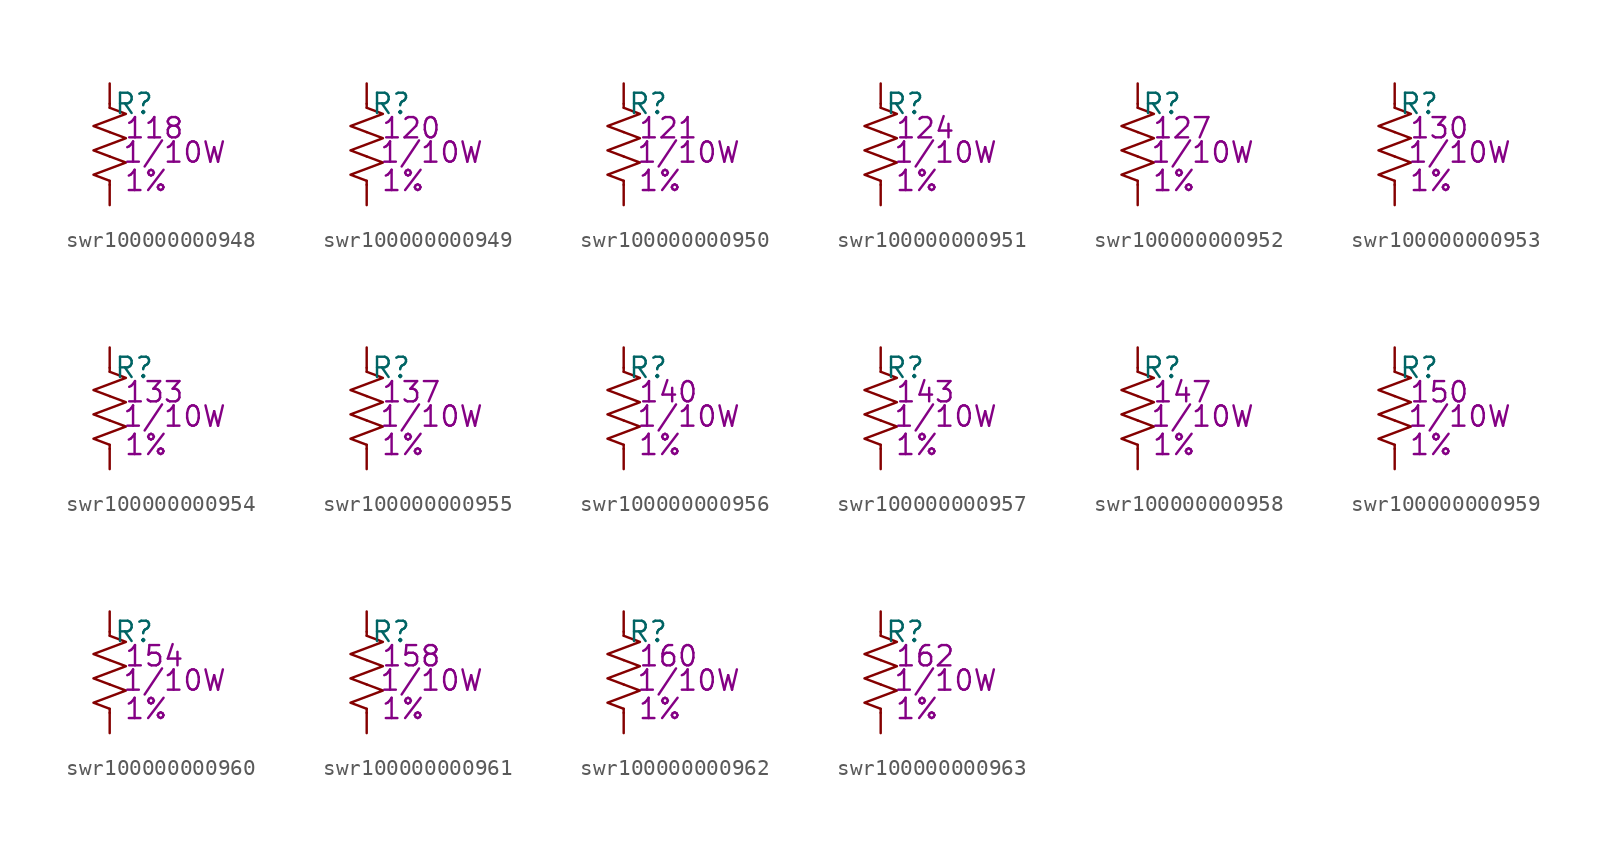
<source format=kicad_sym>
(kicad_symbol_lib
  (version 20211014)
  (generator kicad_symbol_editor)
  (symbol "swr100000000948"
    (pin_numbers hide)
    (pin_names
      (offset 1.016))
    (property "Reference" "R"
      (at 1.524 2.54 0)
      (effects (font (size 1.27 1.27))))
    (property "Tolerance" "1%"
      (at 2.286 -2.286 0)
      (effects (font (size 1.27 1.27))))
    (property "Wattage" "1/10W"
      (at 4.064 -0.508 0)
      (effects (font (size 1.27 1.27))))
    (property "PartValue" "118"
      (at 2.794 1.016 0)
      (effects (font (size 1.27 1.27))))
    (symbol "swr100000000948_1_1"
      (polyline (pts (xy 0 -2.286) (xy 0 -2.54)) (stroke (width 0) (type default) (color 0 0 0 0)) (fill (type none)))
      (polyline (pts (xy 0 2.286) (xy 0 2.54)) (stroke (width 0) (type default) (color 0 0 0 0)) (fill (type none)))
      (polyline (pts (xy 0 -0.762) (xy 1.016 -1.143) (xy 0 -1.524) (xy -1.016 -1.905) (xy 0 -2.286)) (stroke (width 0) (type default) (color 0 0 0 0)) (fill (type none)))
      (polyline (pts (xy 0 0.762) (xy 1.016 0.381) (xy 0 0) (xy -1.016 -0.381) (xy 0 -0.762)) (stroke (width 0) (type default) (color 0 0 0 0)) (fill (type none)))
      (polyline (pts (xy 0 2.286) (xy 1.016 1.905) (xy 0 1.524) (xy -1.016 1.143) (xy 0 0.762)) (stroke (width 0) (type default) (color 0 0 0 0)) (fill (type none)))
      (pin passive line (at 0 3.81 270) (length 1.27) (name "~" (effects (font (size 1.27 1.27)))) (number "1" (effects (font (size 1.27 1.27)))))
      (pin passive line (at 0 -3.81 90) (length 1.27) (name "~" (effects (font (size 1.27 1.27)))) (number "2" (effects (font (size 1.27 1.27)))))))
  (symbol "swr100000000949"
    (pin_numbers hide)
    (pin_names
      (offset 1.016))
    (property "Reference" "R"
      (at 1.524 2.54 0)
      (effects (font (size 1.27 1.27))))
    (property "Tolerance" "1%"
      (at 2.286 -2.286 0)
      (effects (font (size 1.27 1.27))))
    (property "Wattage" "1/10W"
      (at 4.064 -0.508 0)
      (effects (font (size 1.27 1.27))))
    (property "PartValue" "120"
      (at 2.794 1.016 0)
      (effects (font (size 1.27 1.27))))
    (symbol "swr100000000949_1_1"
      (polyline (pts (xy 0 -2.286) (xy 0 -2.54)) (stroke (width 0) (type default) (color 0 0 0 0)) (fill (type none)))
      (polyline (pts (xy 0 2.286) (xy 0 2.54)) (stroke (width 0) (type default) (color 0 0 0 0)) (fill (type none)))
      (polyline (pts (xy 0 -0.762) (xy 1.016 -1.143) (xy 0 -1.524) (xy -1.016 -1.905) (xy 0 -2.286)) (stroke (width 0) (type default) (color 0 0 0 0)) (fill (type none)))
      (polyline (pts (xy 0 0.762) (xy 1.016 0.381) (xy 0 0) (xy -1.016 -0.381) (xy 0 -0.762)) (stroke (width 0) (type default) (color 0 0 0 0)) (fill (type none)))
      (polyline (pts (xy 0 2.286) (xy 1.016 1.905) (xy 0 1.524) (xy -1.016 1.143) (xy 0 0.762)) (stroke (width 0) (type default) (color 0 0 0 0)) (fill (type none)))
      (pin passive line (at 0 3.81 270) (length 1.27) (name "~" (effects (font (size 1.27 1.27)))) (number "1" (effects (font (size 1.27 1.27)))))
      (pin passive line (at 0 -3.81 90) (length 1.27) (name "~" (effects (font (size 1.27 1.27)))) (number "2" (effects (font (size 1.27 1.27)))))))
  (symbol "swr100000000950"
    (pin_numbers hide)
    (pin_names
      (offset 1.016))
    (property "Reference" "R"
      (at 1.524 2.54 0)
      (effects (font (size 1.27 1.27))))
    (property "Tolerance" "1%"
      (at 2.286 -2.286 0)
      (effects (font (size 1.27 1.27))))
    (property "Wattage" "1/10W"
      (at 4.064 -0.508 0)
      (effects (font (size 1.27 1.27))))
    (property "PartValue" "121"
      (at 2.794 1.016 0)
      (effects (font (size 1.27 1.27))))
    (symbol "swr100000000950_1_1"
      (polyline (pts (xy 0 -2.286) (xy 0 -2.54)) (stroke (width 0) (type default) (color 0 0 0 0)) (fill (type none)))
      (polyline (pts (xy 0 2.286) (xy 0 2.54)) (stroke (width 0) (type default) (color 0 0 0 0)) (fill (type none)))
      (polyline (pts (xy 0 -0.762) (xy 1.016 -1.143) (xy 0 -1.524) (xy -1.016 -1.905) (xy 0 -2.286)) (stroke (width 0) (type default) (color 0 0 0 0)) (fill (type none)))
      (polyline (pts (xy 0 0.762) (xy 1.016 0.381) (xy 0 0) (xy -1.016 -0.381) (xy 0 -0.762)) (stroke (width 0) (type default) (color 0 0 0 0)) (fill (type none)))
      (polyline (pts (xy 0 2.286) (xy 1.016 1.905) (xy 0 1.524) (xy -1.016 1.143) (xy 0 0.762)) (stroke (width 0) (type default) (color 0 0 0 0)) (fill (type none)))
      (pin passive line (at 0 3.81 270) (length 1.27) (name "~" (effects (font (size 1.27 1.27)))) (number "1" (effects (font (size 1.27 1.27)))))
      (pin passive line (at 0 -3.81 90) (length 1.27) (name "~" (effects (font (size 1.27 1.27)))) (number "2" (effects (font (size 1.27 1.27)))))))
  (symbol "swr100000000951"
    (pin_numbers hide)
    (pin_names
      (offset 1.016))
    (property "Reference" "R"
      (at 1.524 2.54 0)
      (effects (font (size 1.27 1.27))))
    (property "Tolerance" "1%"
      (at 2.286 -2.286 0)
      (effects (font (size 1.27 1.27))))
    (property "Wattage" "1/10W"
      (at 4.064 -0.508 0)
      (effects (font (size 1.27 1.27))))
    (property "PartValue" "124"
      (at 2.794 1.016 0)
      (effects (font (size 1.27 1.27))))
    (symbol "swr100000000951_1_1"
      (polyline (pts (xy 0 -2.286) (xy 0 -2.54)) (stroke (width 0) (type default) (color 0 0 0 0)) (fill (type none)))
      (polyline (pts (xy 0 2.286) (xy 0 2.54)) (stroke (width 0) (type default) (color 0 0 0 0)) (fill (type none)))
      (polyline (pts (xy 0 -0.762) (xy 1.016 -1.143) (xy 0 -1.524) (xy -1.016 -1.905) (xy 0 -2.286)) (stroke (width 0) (type default) (color 0 0 0 0)) (fill (type none)))
      (polyline (pts (xy 0 0.762) (xy 1.016 0.381) (xy 0 0) (xy -1.016 -0.381) (xy 0 -0.762)) (stroke (width 0) (type default) (color 0 0 0 0)) (fill (type none)))
      (polyline (pts (xy 0 2.286) (xy 1.016 1.905) (xy 0 1.524) (xy -1.016 1.143) (xy 0 0.762)) (stroke (width 0) (type default) (color 0 0 0 0)) (fill (type none)))
      (pin passive line (at 0 3.81 270) (length 1.27) (name "~" (effects (font (size 1.27 1.27)))) (number "1" (effects (font (size 1.27 1.27)))))
      (pin passive line (at 0 -3.81 90) (length 1.27) (name "~" (effects (font (size 1.27 1.27)))) (number "2" (effects (font (size 1.27 1.27)))))))
  (symbol "swr100000000952"
    (pin_numbers hide)
    (pin_names
      (offset 1.016))
    (property "Reference" "R"
      (at 1.524 2.54 0)
      (effects (font (size 1.27 1.27))))
    (property "Tolerance" "1%"
      (at 2.286 -2.286 0)
      (effects (font (size 1.27 1.27))))
    (property "Wattage" "1/10W"
      (at 4.064 -0.508 0)
      (effects (font (size 1.27 1.27))))
    (property "PartValue" "127"
      (at 2.794 1.016 0)
      (effects (font (size 1.27 1.27))))
    (symbol "swr100000000952_1_1"
      (polyline (pts (xy 0 -2.286) (xy 0 -2.54)) (stroke (width 0) (type default) (color 0 0 0 0)) (fill (type none)))
      (polyline (pts (xy 0 2.286) (xy 0 2.54)) (stroke (width 0) (type default) (color 0 0 0 0)) (fill (type none)))
      (polyline (pts (xy 0 -0.762) (xy 1.016 -1.143) (xy 0 -1.524) (xy -1.016 -1.905) (xy 0 -2.286)) (stroke (width 0) (type default) (color 0 0 0 0)) (fill (type none)))
      (polyline (pts (xy 0 0.762) (xy 1.016 0.381) (xy 0 0) (xy -1.016 -0.381) (xy 0 -0.762)) (stroke (width 0) (type default) (color 0 0 0 0)) (fill (type none)))
      (polyline (pts (xy 0 2.286) (xy 1.016 1.905) (xy 0 1.524) (xy -1.016 1.143) (xy 0 0.762)) (stroke (width 0) (type default) (color 0 0 0 0)) (fill (type none)))
      (pin passive line (at 0 3.81 270) (length 1.27) (name "~" (effects (font (size 1.27 1.27)))) (number "1" (effects (font (size 1.27 1.27)))))
      (pin passive line (at 0 -3.81 90) (length 1.27) (name "~" (effects (font (size 1.27 1.27)))) (number "2" (effects (font (size 1.27 1.27)))))))
  (symbol "swr100000000953"
    (pin_numbers hide)
    (pin_names
      (offset 1.016))
    (property "Reference" "R"
      (at 1.524 2.54 0)
      (effects (font (size 1.27 1.27))))
    (property "Tolerance" "1%"
      (at 2.286 -2.286 0)
      (effects (font (size 1.27 1.27))))
    (property "Wattage" "1/10W"
      (at 4.064 -0.508 0)
      (effects (font (size 1.27 1.27))))
    (property "PartValue" "130"
      (at 2.794 1.016 0)
      (effects (font (size 1.27 1.27))))
    (symbol "swr100000000953_1_1"
      (polyline (pts (xy 0 -2.286) (xy 0 -2.54)) (stroke (width 0) (type default) (color 0 0 0 0)) (fill (type none)))
      (polyline (pts (xy 0 2.286) (xy 0 2.54)) (stroke (width 0) (type default) (color 0 0 0 0)) (fill (type none)))
      (polyline (pts (xy 0 -0.762) (xy 1.016 -1.143) (xy 0 -1.524) (xy -1.016 -1.905) (xy 0 -2.286)) (stroke (width 0) (type default) (color 0 0 0 0)) (fill (type none)))
      (polyline (pts (xy 0 0.762) (xy 1.016 0.381) (xy 0 0) (xy -1.016 -0.381) (xy 0 -0.762)) (stroke (width 0) (type default) (color 0 0 0 0)) (fill (type none)))
      (polyline (pts (xy 0 2.286) (xy 1.016 1.905) (xy 0 1.524) (xy -1.016 1.143) (xy 0 0.762)) (stroke (width 0) (type default) (color 0 0 0 0)) (fill (type none)))
      (pin passive line (at 0 3.81 270) (length 1.27) (name "~" (effects (font (size 1.27 1.27)))) (number "1" (effects (font (size 1.27 1.27)))))
      (pin passive line (at 0 -3.81 90) (length 1.27) (name "~" (effects (font (size 1.27 1.27)))) (number "2" (effects (font (size 1.27 1.27)))))))
  (symbol "swr100000000954"
    (pin_numbers hide)
    (pin_names
      (offset 1.016))
    (property "Reference" "R"
      (at 1.524 2.54 0)
      (effects (font (size 1.27 1.27))))
    (property "Tolerance" "1%"
      (at 2.286 -2.286 0)
      (effects (font (size 1.27 1.27))))
    (property "Wattage" "1/10W"
      (at 4.064 -0.508 0)
      (effects (font (size 1.27 1.27))))
    (property "PartValue" "133"
      (at 2.794 1.016 0)
      (effects (font (size 1.27 1.27))))
    (symbol "swr100000000954_1_1"
      (polyline (pts (xy 0 -2.286) (xy 0 -2.54)) (stroke (width 0) (type default) (color 0 0 0 0)) (fill (type none)))
      (polyline (pts (xy 0 2.286) (xy 0 2.54)) (stroke (width 0) (type default) (color 0 0 0 0)) (fill (type none)))
      (polyline (pts (xy 0 -0.762) (xy 1.016 -1.143) (xy 0 -1.524) (xy -1.016 -1.905) (xy 0 -2.286)) (stroke (width 0) (type default) (color 0 0 0 0)) (fill (type none)))
      (polyline (pts (xy 0 0.762) (xy 1.016 0.381) (xy 0 0) (xy -1.016 -0.381) (xy 0 -0.762)) (stroke (width 0) (type default) (color 0 0 0 0)) (fill (type none)))
      (polyline (pts (xy 0 2.286) (xy 1.016 1.905) (xy 0 1.524) (xy -1.016 1.143) (xy 0 0.762)) (stroke (width 0) (type default) (color 0 0 0 0)) (fill (type none)))
      (pin passive line (at 0 3.81 270) (length 1.27) (name "~" (effects (font (size 1.27 1.27)))) (number "1" (effects (font (size 1.27 1.27)))))
      (pin passive line (at 0 -3.81 90) (length 1.27) (name "~" (effects (font (size 1.27 1.27)))) (number "2" (effects (font (size 1.27 1.27)))))))
  (symbol "swr100000000955"
    (pin_numbers hide)
    (pin_names
      (offset 1.016))
    (property "Reference" "R"
      (at 1.524 2.54 0)
      (effects (font (size 1.27 1.27))))
    (property "Tolerance" "1%"
      (at 2.286 -2.286 0)
      (effects (font (size 1.27 1.27))))
    (property "Wattage" "1/10W"
      (at 4.064 -0.508 0)
      (effects (font (size 1.27 1.27))))
    (property "PartValue" "137"
      (at 2.794 1.016 0)
      (effects (font (size 1.27 1.27))))
    (symbol "swr100000000955_1_1"
      (polyline (pts (xy 0 -2.286) (xy 0 -2.54)) (stroke (width 0) (type default) (color 0 0 0 0)) (fill (type none)))
      (polyline (pts (xy 0 2.286) (xy 0 2.54)) (stroke (width 0) (type default) (color 0 0 0 0)) (fill (type none)))
      (polyline (pts (xy 0 -0.762) (xy 1.016 -1.143) (xy 0 -1.524) (xy -1.016 -1.905) (xy 0 -2.286)) (stroke (width 0) (type default) (color 0 0 0 0)) (fill (type none)))
      (polyline (pts (xy 0 0.762) (xy 1.016 0.381) (xy 0 0) (xy -1.016 -0.381) (xy 0 -0.762)) (stroke (width 0) (type default) (color 0 0 0 0)) (fill (type none)))
      (polyline (pts (xy 0 2.286) (xy 1.016 1.905) (xy 0 1.524) (xy -1.016 1.143) (xy 0 0.762)) (stroke (width 0) (type default) (color 0 0 0 0)) (fill (type none)))
      (pin passive line (at 0 3.81 270) (length 1.27) (name "~" (effects (font (size 1.27 1.27)))) (number "1" (effects (font (size 1.27 1.27)))))
      (pin passive line (at 0 -3.81 90) (length 1.27) (name "~" (effects (font (size 1.27 1.27)))) (number "2" (effects (font (size 1.27 1.27)))))))
  (symbol "swr100000000956"
    (pin_numbers hide)
    (pin_names
      (offset 1.016))
    (property "Reference" "R"
      (at 1.524 2.54 0)
      (effects (font (size 1.27 1.27))))
    (property "Tolerance" "1%"
      (at 2.286 -2.286 0)
      (effects (font (size 1.27 1.27))))
    (property "Wattage" "1/10W"
      (at 4.064 -0.508 0)
      (effects (font (size 1.27 1.27))))
    (property "PartValue" "140"
      (at 2.794 1.016 0)
      (effects (font (size 1.27 1.27))))
    (symbol "swr100000000956_1_1"
      (polyline (pts (xy 0 -2.286) (xy 0 -2.54)) (stroke (width 0) (type default) (color 0 0 0 0)) (fill (type none)))
      (polyline (pts (xy 0 2.286) (xy 0 2.54)) (stroke (width 0) (type default) (color 0 0 0 0)) (fill (type none)))
      (polyline (pts (xy 0 -0.762) (xy 1.016 -1.143) (xy 0 -1.524) (xy -1.016 -1.905) (xy 0 -2.286)) (stroke (width 0) (type default) (color 0 0 0 0)) (fill (type none)))
      (polyline (pts (xy 0 0.762) (xy 1.016 0.381) (xy 0 0) (xy -1.016 -0.381) (xy 0 -0.762)) (stroke (width 0) (type default) (color 0 0 0 0)) (fill (type none)))
      (polyline (pts (xy 0 2.286) (xy 1.016 1.905) (xy 0 1.524) (xy -1.016 1.143) (xy 0 0.762)) (stroke (width 0) (type default) (color 0 0 0 0)) (fill (type none)))
      (pin passive line (at 0 3.81 270) (length 1.27) (name "~" (effects (font (size 1.27 1.27)))) (number "1" (effects (font (size 1.27 1.27)))))
      (pin passive line (at 0 -3.81 90) (length 1.27) (name "~" (effects (font (size 1.27 1.27)))) (number "2" (effects (font (size 1.27 1.27)))))))
  (symbol "swr100000000957"
    (pin_numbers hide)
    (pin_names
      (offset 1.016))
    (property "Reference" "R"
      (at 1.524 2.54 0)
      (effects (font (size 1.27 1.27))))
    (property "Tolerance" "1%"
      (at 2.286 -2.286 0)
      (effects (font (size 1.27 1.27))))
    (property "Wattage" "1/10W"
      (at 4.064 -0.508 0)
      (effects (font (size 1.27 1.27))))
    (property "PartValue" "143"
      (at 2.794 1.016 0)
      (effects (font (size 1.27 1.27))))
    (symbol "swr100000000957_1_1"
      (polyline (pts (xy 0 -2.286) (xy 0 -2.54)) (stroke (width 0) (type default) (color 0 0 0 0)) (fill (type none)))
      (polyline (pts (xy 0 2.286) (xy 0 2.54)) (stroke (width 0) (type default) (color 0 0 0 0)) (fill (type none)))
      (polyline (pts (xy 0 -0.762) (xy 1.016 -1.143) (xy 0 -1.524) (xy -1.016 -1.905) (xy 0 -2.286)) (stroke (width 0) (type default) (color 0 0 0 0)) (fill (type none)))
      (polyline (pts (xy 0 0.762) (xy 1.016 0.381) (xy 0 0) (xy -1.016 -0.381) (xy 0 -0.762)) (stroke (width 0) (type default) (color 0 0 0 0)) (fill (type none)))
      (polyline (pts (xy 0 2.286) (xy 1.016 1.905) (xy 0 1.524) (xy -1.016 1.143) (xy 0 0.762)) (stroke (width 0) (type default) (color 0 0 0 0)) (fill (type none)))
      (pin passive line (at 0 3.81 270) (length 1.27) (name "~" (effects (font (size 1.27 1.27)))) (number "1" (effects (font (size 1.27 1.27)))))
      (pin passive line (at 0 -3.81 90) (length 1.27) (name "~" (effects (font (size 1.27 1.27)))) (number "2" (effects (font (size 1.27 1.27)))))))
  (symbol "swr100000000958"
    (pin_numbers hide)
    (pin_names
      (offset 1.016))
    (property "Reference" "R"
      (at 1.524 2.54 0)
      (effects (font (size 1.27 1.27))))
    (property "Tolerance" "1%"
      (at 2.286 -2.286 0)
      (effects (font (size 1.27 1.27))))
    (property "Wattage" "1/10W"
      (at 4.064 -0.508 0)
      (effects (font (size 1.27 1.27))))
    (property "PartValue" "147"
      (at 2.794 1.016 0)
      (effects (font (size 1.27 1.27))))
    (symbol "swr100000000958_1_1"
      (polyline (pts (xy 0 -2.286) (xy 0 -2.54)) (stroke (width 0) (type default) (color 0 0 0 0)) (fill (type none)))
      (polyline (pts (xy 0 2.286) (xy 0 2.54)) (stroke (width 0) (type default) (color 0 0 0 0)) (fill (type none)))
      (polyline (pts (xy 0 -0.762) (xy 1.016 -1.143) (xy 0 -1.524) (xy -1.016 -1.905) (xy 0 -2.286)) (stroke (width 0) (type default) (color 0 0 0 0)) (fill (type none)))
      (polyline (pts (xy 0 0.762) (xy 1.016 0.381) (xy 0 0) (xy -1.016 -0.381) (xy 0 -0.762)) (stroke (width 0) (type default) (color 0 0 0 0)) (fill (type none)))
      (polyline (pts (xy 0 2.286) (xy 1.016 1.905) (xy 0 1.524) (xy -1.016 1.143) (xy 0 0.762)) (stroke (width 0) (type default) (color 0 0 0 0)) (fill (type none)))
      (pin passive line (at 0 3.81 270) (length 1.27) (name "~" (effects (font (size 1.27 1.27)))) (number "1" (effects (font (size 1.27 1.27)))))
      (pin passive line (at 0 -3.81 90) (length 1.27) (name "~" (effects (font (size 1.27 1.27)))) (number "2" (effects (font (size 1.27 1.27)))))))
  (symbol "swr100000000959"
    (pin_numbers hide)
    (pin_names
      (offset 1.016))
    (property "Reference" "R"
      (at 1.524 2.54 0)
      (effects (font (size 1.27 1.27))))
    (property "Tolerance" "1%"
      (at 2.286 -2.286 0)
      (effects (font (size 1.27 1.27))))
    (property "Wattage" "1/10W"
      (at 4.064 -0.508 0)
      (effects (font (size 1.27 1.27))))
    (property "PartValue" "150"
      (at 2.794 1.016 0)
      (effects (font (size 1.27 1.27))))
    (symbol "swr100000000959_1_1"
      (polyline (pts (xy 0 -2.286) (xy 0 -2.54)) (stroke (width 0) (type default) (color 0 0 0 0)) (fill (type none)))
      (polyline (pts (xy 0 2.286) (xy 0 2.54)) (stroke (width 0) (type default) (color 0 0 0 0)) (fill (type none)))
      (polyline (pts (xy 0 -0.762) (xy 1.016 -1.143) (xy 0 -1.524) (xy -1.016 -1.905) (xy 0 -2.286)) (stroke (width 0) (type default) (color 0 0 0 0)) (fill (type none)))
      (polyline (pts (xy 0 0.762) (xy 1.016 0.381) (xy 0 0) (xy -1.016 -0.381) (xy 0 -0.762)) (stroke (width 0) (type default) (color 0 0 0 0)) (fill (type none)))
      (polyline (pts (xy 0 2.286) (xy 1.016 1.905) (xy 0 1.524) (xy -1.016 1.143) (xy 0 0.762)) (stroke (width 0) (type default) (color 0 0 0 0)) (fill (type none)))
      (pin passive line (at 0 3.81 270) (length 1.27) (name "~" (effects (font (size 1.27 1.27)))) (number "1" (effects (font (size 1.27 1.27)))))
      (pin passive line (at 0 -3.81 90) (length 1.27) (name "~" (effects (font (size 1.27 1.27)))) (number "2" (effects (font (size 1.27 1.27)))))))
  (symbol "swr100000000960"
    (pin_numbers hide)
    (pin_names
      (offset 1.016))
    (property "Reference" "R"
      (at 1.524 2.54 0)
      (effects (font (size 1.27 1.27))))
    (property "Tolerance" "1%"
      (at 2.286 -2.286 0)
      (effects (font (size 1.27 1.27))))
    (property "Wattage" "1/10W"
      (at 4.064 -0.508 0)
      (effects (font (size 1.27 1.27))))
    (property "PartValue" "154"
      (at 2.794 1.016 0)
      (effects (font (size 1.27 1.27))))
    (symbol "swr100000000960_1_1"
      (polyline (pts (xy 0 -2.286) (xy 0 -2.54)) (stroke (width 0) (type default) (color 0 0 0 0)) (fill (type none)))
      (polyline (pts (xy 0 2.286) (xy 0 2.54)) (stroke (width 0) (type default) (color 0 0 0 0)) (fill (type none)))
      (polyline (pts (xy 0 -0.762) (xy 1.016 -1.143) (xy 0 -1.524) (xy -1.016 -1.905) (xy 0 -2.286)) (stroke (width 0) (type default) (color 0 0 0 0)) (fill (type none)))
      (polyline (pts (xy 0 0.762) (xy 1.016 0.381) (xy 0 0) (xy -1.016 -0.381) (xy 0 -0.762)) (stroke (width 0) (type default) (color 0 0 0 0)) (fill (type none)))
      (polyline (pts (xy 0 2.286) (xy 1.016 1.905) (xy 0 1.524) (xy -1.016 1.143) (xy 0 0.762)) (stroke (width 0) (type default) (color 0 0 0 0)) (fill (type none)))
      (pin passive line (at 0 3.81 270) (length 1.27) (name "~" (effects (font (size 1.27 1.27)))) (number "1" (effects (font (size 1.27 1.27)))))
      (pin passive line (at 0 -3.81 90) (length 1.27) (name "~" (effects (font (size 1.27 1.27)))) (number "2" (effects (font (size 1.27 1.27)))))))
  (symbol "swr100000000961"
    (pin_numbers hide)
    (pin_names
      (offset 1.016))
    (property "Reference" "R"
      (at 1.524 2.54 0)
      (effects (font (size 1.27 1.27))))
    (property "Tolerance" "1%"
      (at 2.286 -2.286 0)
      (effects (font (size 1.27 1.27))))
    (property "Wattage" "1/10W"
      (at 4.064 -0.508 0)
      (effects (font (size 1.27 1.27))))
    (property "PartValue" "158"
      (at 2.794 1.016 0)
      (effects (font (size 1.27 1.27))))
    (symbol "swr100000000961_1_1"
      (polyline (pts (xy 0 -2.286) (xy 0 -2.54)) (stroke (width 0) (type default) (color 0 0 0 0)) (fill (type none)))
      (polyline (pts (xy 0 2.286) (xy 0 2.54)) (stroke (width 0) (type default) (color 0 0 0 0)) (fill (type none)))
      (polyline (pts (xy 0 -0.762) (xy 1.016 -1.143) (xy 0 -1.524) (xy -1.016 -1.905) (xy 0 -2.286)) (stroke (width 0) (type default) (color 0 0 0 0)) (fill (type none)))
      (polyline (pts (xy 0 0.762) (xy 1.016 0.381) (xy 0 0) (xy -1.016 -0.381) (xy 0 -0.762)) (stroke (width 0) (type default) (color 0 0 0 0)) (fill (type none)))
      (polyline (pts (xy 0 2.286) (xy 1.016 1.905) (xy 0 1.524) (xy -1.016 1.143) (xy 0 0.762)) (stroke (width 0) (type default) (color 0 0 0 0)) (fill (type none)))
      (pin passive line (at 0 3.81 270) (length 1.27) (name "~" (effects (font (size 1.27 1.27)))) (number "1" (effects (font (size 1.27 1.27)))))
      (pin passive line (at 0 -3.81 90) (length 1.27) (name "~" (effects (font (size 1.27 1.27)))) (number "2" (effects (font (size 1.27 1.27)))))))
  (symbol "swr100000000962"
    (pin_numbers hide)
    (pin_names
      (offset 1.016))
    (property "Reference" "R"
      (at 1.524 2.54 0)
      (effects (font (size 1.27 1.27))))
    (property "Tolerance" "1%"
      (at 2.286 -2.286 0)
      (effects (font (size 1.27 1.27))))
    (property "Wattage" "1/10W"
      (at 4.064 -0.508 0)
      (effects (font (size 1.27 1.27))))
    (property "PartValue" "160"
      (at 2.794 1.016 0)
      (effects (font (size 1.27 1.27))))
    (symbol "swr100000000962_1_1"
      (polyline (pts (xy 0 -2.286) (xy 0 -2.54)) (stroke (width 0) (type default) (color 0 0 0 0)) (fill (type none)))
      (polyline (pts (xy 0 2.286) (xy 0 2.54)) (stroke (width 0) (type default) (color 0 0 0 0)) (fill (type none)))
      (polyline (pts (xy 0 -0.762) (xy 1.016 -1.143) (xy 0 -1.524) (xy -1.016 -1.905) (xy 0 -2.286)) (stroke (width 0) (type default) (color 0 0 0 0)) (fill (type none)))
      (polyline (pts (xy 0 0.762) (xy 1.016 0.381) (xy 0 0) (xy -1.016 -0.381) (xy 0 -0.762)) (stroke (width 0) (type default) (color 0 0 0 0)) (fill (type none)))
      (polyline (pts (xy 0 2.286) (xy 1.016 1.905) (xy 0 1.524) (xy -1.016 1.143) (xy 0 0.762)) (stroke (width 0) (type default) (color 0 0 0 0)) (fill (type none)))
      (pin passive line (at 0 3.81 270) (length 1.27) (name "~" (effects (font (size 1.27 1.27)))) (number "1" (effects (font (size 1.27 1.27)))))
      (pin passive line (at 0 -3.81 90) (length 1.27) (name "~" (effects (font (size 1.27 1.27)))) (number "2" (effects (font (size 1.27 1.27)))))))
  (symbol "swr100000000963"
    (pin_numbers hide)
    (pin_names
      (offset 1.016))
    (property "Reference" "R"
      (at 1.524 2.54 0)
      (effects (font (size 1.27 1.27))))
    (property "Tolerance" "1%"
      (at 2.286 -2.286 0)
      (effects (font (size 1.27 1.27))))
    (property "Wattage" "1/10W"
      (at 4.064 -0.508 0)
      (effects (font (size 1.27 1.27))))
    (property "PartValue" "162"
      (at 2.794 1.016 0)
      (effects (font (size 1.27 1.27))))
    (symbol "swr100000000963_1_1"
      (polyline (pts (xy 0 -2.286) (xy 0 -2.54)) (stroke (width 0) (type default) (color 0 0 0 0)) (fill (type none)))
      (polyline (pts (xy 0 2.286) (xy 0 2.54)) (stroke (width 0) (type default) (color 0 0 0 0)) (fill (type none)))
      (polyline (pts (xy 0 -0.762) (xy 1.016 -1.143) (xy 0 -1.524) (xy -1.016 -1.905) (xy 0 -2.286)) (stroke (width 0) (type default) (color 0 0 0 0)) (fill (type none)))
      (polyline (pts (xy 0 0.762) (xy 1.016 0.381) (xy 0 0) (xy -1.016 -0.381) (xy 0 -0.762)) (stroke (width 0) (type default) (color 0 0 0 0)) (fill (type none)))
      (polyline (pts (xy 0 2.286) (xy 1.016 1.905) (xy 0 1.524) (xy -1.016 1.143) (xy 0 0.762)) (stroke (width 0) (type default) (color 0 0 0 0)) (fill (type none)))
      (pin passive line (at 0 3.81 270) (length 1.27) (name "~" (effects (font (size 1.27 1.27)))) (number "1" (effects (font (size 1.27 1.27)))))
      (pin passive line (at 0 -3.81 90) (length 1.27) (name "~" (effects (font (size 1.27 1.27)))) (number "2" (effects (font (size 1.27 1.27))))))))
</source>
